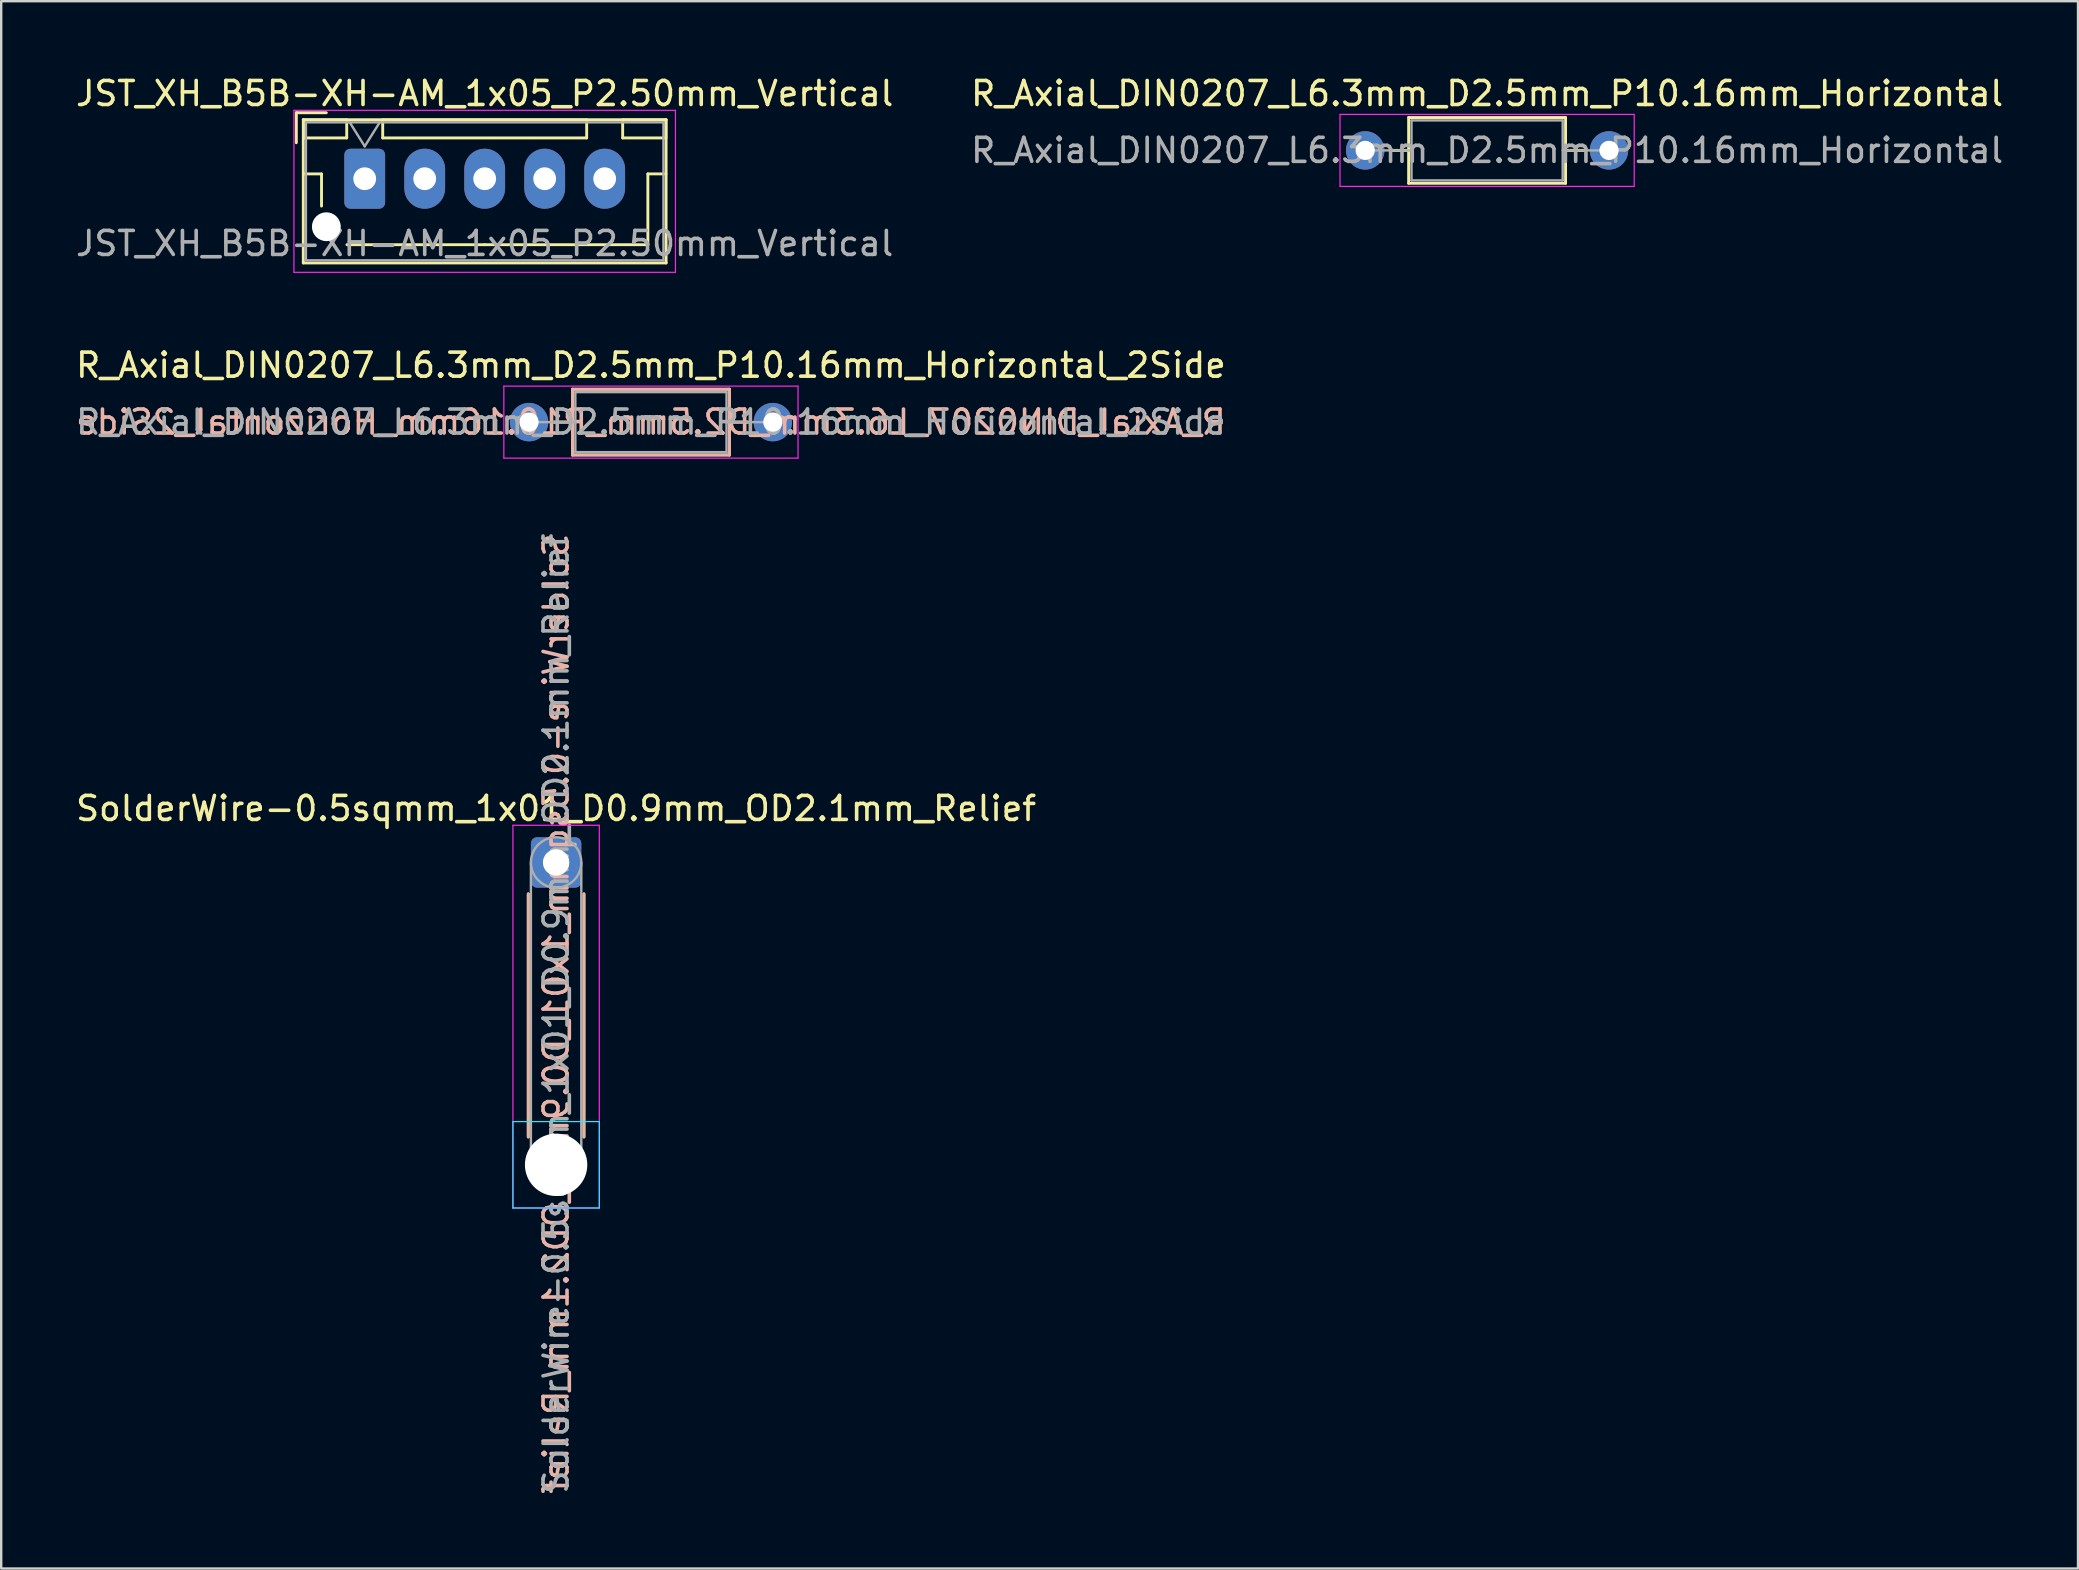
<source format=kicad_pcb>
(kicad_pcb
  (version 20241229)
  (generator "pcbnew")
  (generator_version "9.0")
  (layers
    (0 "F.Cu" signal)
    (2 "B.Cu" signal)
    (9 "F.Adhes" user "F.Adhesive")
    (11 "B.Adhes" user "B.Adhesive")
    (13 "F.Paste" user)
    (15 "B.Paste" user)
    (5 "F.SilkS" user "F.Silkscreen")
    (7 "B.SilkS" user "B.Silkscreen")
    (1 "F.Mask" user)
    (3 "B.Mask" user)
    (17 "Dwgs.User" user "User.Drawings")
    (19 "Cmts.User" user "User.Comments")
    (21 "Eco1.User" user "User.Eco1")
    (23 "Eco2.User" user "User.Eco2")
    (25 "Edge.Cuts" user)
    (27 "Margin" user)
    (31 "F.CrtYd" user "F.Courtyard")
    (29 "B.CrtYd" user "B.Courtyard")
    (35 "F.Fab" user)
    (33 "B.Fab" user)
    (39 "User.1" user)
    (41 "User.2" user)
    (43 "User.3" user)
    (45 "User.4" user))
  (footprint "SolderWire-0.5sqmm_1x01_D0.9mm_OD2.1mm_Relief"
    (layer "F.Cu")
    (at 20.125 32.892)
    (property "Reference" "SolderWire-0.5sqmm_1x01_D0.9mm_OD2.1mm_Relief" (at 0 -2.25 0) (layer "F.SilkS") (effects (font (size 1 1) (thickness 0.15))))
    (property "Value" "SolderWire-0.5sqmm_1x01_D0.9mm_OD2.1mm_Relief" (at 0 6.3 90) (layer "F.SilkS") (hide yes) (effects (font (size 1 1) (thickness 0.15))))
    (attr exclude_from_pos_files exclude_from_bom)
    (fp_line (start -1.16 1.31) (end -1.16 11.44) (stroke (width 0.12) (type solid)) (layer "F.SilkS"))
    (fp_line (start 1.16 1.31) (end 1.16 11.44) (stroke (width 0.12) (type solid)) (layer "F.SilkS"))
    (fp_line (start -1.16 1.31) (end -1.16 11.44) (stroke (width 0.12) (type solid)) (layer "B.SilkS"))
    (fp_line (start 1.16 1.31) (end 1.16 11.44) (stroke (width 0.12) (type solid)) (layer "B.SilkS"))
    (fp_line (start -1.8 10.8) (end -1.8 14.4) (stroke (width 0.05) (type solid)) (layer "B.CrtYd"))
    (fp_line (start -1.8 14.4) (end 1.8 14.4) (stroke (width 0.05) (type solid)) (layer "B.CrtYd"))
    (fp_line (start 1.8 10.8) (end -1.8 10.8) (stroke (width 0.05) (type solid)) (layer "B.CrtYd"))
    (fp_line (start 1.8 14.4) (end 1.8 10.8) (stroke (width 0.05) (type solid)) (layer "B.CrtYd"))
    (fp_line (start -1.8 -1.55) (end -1.8 14.4) (stroke (width 0.05) (type solid)) (layer "F.CrtYd"))
    (fp_line (start -1.8 14.4) (end 1.8 14.4) (stroke (width 0.05) (type solid)) (layer "F.CrtYd"))
    (fp_line (start 1.8 -1.55) (end -1.8 -1.55) (stroke (width 0.05) (type solid)) (layer "F.CrtYd"))
    (fp_line (start 1.8 14.4) (end 1.8 -1.55) (stroke (width 0.05) (type solid)) (layer "F.CrtYd"))
    (fp_line (start -1.05 0) (end -1.05 12.6) (stroke (width 0.1) (type solid)) (layer "F.Fab"))
    (fp_line (start 1.05 0) (end 1.05 12.6) (stroke (width 0.1) (type solid)) (layer "F.Fab"))
    (fp_circle (center 0 0) (end 1.05 0) (stroke (width 0.1) (type solid)) (fill no) (layer "F.Fab"))
    (fp_circle (center 0 12.6) (end 1.05 12.6) (stroke (width 0.1) (type solid)) (fill no) (layer "F.Fab"))
    (fp_text user "${VALUE}" (at 0 6.3 90) (layer "B.SilkS") (effects (font (size 1 1) (thickness 0.15)) (justify mirror)))
    (fp_text user "${REFERENCE}" (at 0 6.3 90) (layer "F.Fab") (effects (font (size 1 1) (thickness 0.15))))
    (pad "" np_thru_hole circle (at 0 12.6) (size 2.6 2.6) (drill 2.6) (layers "*.Cu" "*.Mask"))
    (pad "1" thru_hole roundrect (at 0 0) (size 2.1 2.1) (drill 1.1) (layers "*.Cu" "*.Mask") (roundrect_rratio 0.119)))
  (footprint "R_Axial_DIN0207_L6.3mm_D2.5mm_P10.16mm_Horizontal"
    (layer "F.Cu")
    (at 53.843 3.218)
    (property "Reference" "R_Axial_DIN0207_L6.3mm_D2.5mm_P10.16mm_Horizontal" (at 5.08 -2.37 0) (layer "F.SilkS") (effects (font (size 1 1) (thickness 0.15))))
    (attr through_hole)
    (fp_line (start 1.04 0) (end 1.81 0) (stroke (width 0.12) (type solid)) (layer "F.SilkS"))
    (fp_line (start 1.81 -1.37) (end 1.81 1.37) (stroke (width 0.12) (type solid)) (layer "F.SilkS"))
    (fp_line (start 1.81 1.37) (end 8.35 1.37) (stroke (width 0.12) (type solid)) (layer "F.SilkS"))
    (fp_line (start 8.35 -1.37) (end 1.81 -1.37) (stroke (width 0.12) (type solid)) (layer "F.SilkS"))
    (fp_line (start 8.35 1.37) (end 8.35 -1.37) (stroke (width 0.12) (type solid)) (layer "F.SilkS"))
    (fp_line (start 9.12 0) (end 8.35 0) (stroke (width 0.12) (type solid)) (layer "F.SilkS"))
    (fp_line (start -1.05 -1.5) (end -1.05 1.5) (stroke (width 0.05) (type solid)) (layer "F.CrtYd"))
    (fp_line (start -1.05 1.5) (end 11.21 1.5) (stroke (width 0.05) (type solid)) (layer "F.CrtYd"))
    (fp_line (start 11.21 -1.5) (end -1.05 -1.5) (stroke (width 0.05) (type solid)) (layer "F.CrtYd"))
    (fp_line (start 11.21 1.5) (end 11.21 -1.5) (stroke (width 0.05) (type solid)) (layer "F.CrtYd"))
    (fp_line (start 0 0) (end 1.93 0) (stroke (width 0.1) (type solid)) (layer "F.Fab"))
    (fp_line (start 1.93 -1.25) (end 1.93 1.25) (stroke (width 0.1) (type solid)) (layer "F.Fab"))
    (fp_line (start 1.93 1.25) (end 8.23 1.25) (stroke (width 0.1) (type solid)) (layer "F.Fab"))
    (fp_line (start 8.23 -1.25) (end 1.93 -1.25) (stroke (width 0.1) (type solid)) (layer "F.Fab"))
    (fp_line (start 8.23 1.25) (end 8.23 -1.25) (stroke (width 0.1) (type solid)) (layer "F.Fab"))
    (fp_line (start 10.16 0) (end 8.23 0) (stroke (width 0.1) (type solid)) (layer "F.Fab"))
    (fp_text user "${REFERENCE}" (at 5.08 0 0) (layer "F.Fab") (effects (font (size 1 1) (thickness 0.15))))
    (pad "1" thru_hole circle (at 0 0) (size 1.6 1.6) (drill 0.8) (layers "*.Cu" "*.Mask"))
    (pad "2" thru_hole oval (at 10.16 0) (size 1.6 1.6) (drill 0.8) (layers "*.Cu" "*.Mask")))
  (footprint "JST_XH_B5B-XH-AM_1x05_P2.50mm_Vertical"
    (layer "F.Cu")
    (at 12.149 4.398)
    (property "Reference" "JST_XH_B5B-XH-AM_1x05_P2.50mm_Vertical" (at 5 -3.55 0) (layer "F.SilkS") (effects (font (size 1 1) (thickness 0.15))))
    (attr through_hole)
    (fp_line (start -2.85 -2.75) (end -2.85 -1.5) (stroke (width 0.12) (type solid)) (layer "F.SilkS"))
    (fp_line (start -2.56 -2.46) (end -2.56 3.51) (stroke (width 0.12) (type solid)) (layer "F.SilkS"))
    (fp_line (start -2.56 3.51) (end 12.56 3.51) (stroke (width 0.12) (type solid)) (layer "F.SilkS"))
    (fp_line (start -2.55 -2.45) (end -2.55 -1.7) (stroke (width 0.12) (type solid)) (layer "F.SilkS"))
    (fp_line (start -2.55 -1.7) (end -0.75 -1.7) (stroke (width 0.12) (type solid)) (layer "F.SilkS"))
    (fp_line (start -2.55 -0.2) (end -1.8 -0.2) (stroke (width 0.12) (type solid)) (layer "F.SilkS"))
    (fp_line (start -1.8 -0.2) (end -1.8 1.14) (stroke (width 0.12) (type solid)) (layer "F.SilkS"))
    (fp_line (start -1.6 -2.75) (end -2.85 -2.75) (stroke (width 0.12) (type solid)) (layer "F.SilkS"))
    (fp_line (start -0.75 -2.45) (end -2.55 -2.45) (stroke (width 0.12) (type solid)) (layer "F.SilkS"))
    (fp_line (start -0.75 -1.7) (end -0.75 -2.45) (stroke (width 0.12) (type solid)) (layer "F.SilkS"))
    (fp_line (start 0.75 -2.45) (end 0.75 -1.7) (stroke (width 0.12) (type solid)) (layer "F.SilkS"))
    (fp_line (start 0.75 -1.7) (end 9.25 -1.7) (stroke (width 0.12) (type solid)) (layer "F.SilkS"))
    (fp_line (start 5 2.75) (end -0.74 2.75) (stroke (width 0.12) (type solid)) (layer "F.SilkS"))
    (fp_line (start 9.25 -2.45) (end 0.75 -2.45) (stroke (width 0.12) (type solid)) (layer "F.SilkS"))
    (fp_line (start 9.25 -1.7) (end 9.25 -2.45) (stroke (width 0.12) (type solid)) (layer "F.SilkS"))
    (fp_line (start 10.75 -2.45) (end 10.75 -1.7) (stroke (width 0.12) (type solid)) (layer "F.SilkS"))
    (fp_line (start 10.75 -1.7) (end 12.55 -1.7) (stroke (width 0.12) (type solid)) (layer "F.SilkS"))
    (fp_line (start 11.8 -0.2) (end 11.8 2.75) (stroke (width 0.12) (type solid)) (layer "F.SilkS"))
    (fp_line (start 11.8 2.75) (end 5 2.75) (stroke (width 0.12) (type solid)) (layer "F.SilkS"))
    (fp_line (start 12.55 -2.45) (end 10.75 -2.45) (stroke (width 0.12) (type solid)) (layer "F.SilkS"))
    (fp_line (start 12.55 -1.7) (end 12.55 -2.45) (stroke (width 0.12) (type solid)) (layer "F.SilkS"))
    (fp_line (start 12.55 -0.2) (end 11.8 -0.2) (stroke (width 0.12) (type solid)) (layer "F.SilkS"))
    (fp_line (start 12.56 -2.46) (end -2.56 -2.46) (stroke (width 0.12) (type solid)) (layer "F.SilkS"))
    (fp_line (start 12.56 3.51) (end 12.56 -2.46) (stroke (width 0.12) (type solid)) (layer "F.SilkS"))
    (fp_line (start -2.95 -2.85) (end -2.95 3.9) (stroke (width 0.05) (type solid)) (layer "F.CrtYd"))
    (fp_line (start -2.95 3.9) (end 12.95 3.9) (stroke (width 0.05) (type solid)) (layer "F.CrtYd"))
    (fp_line (start 12.95 -2.85) (end -2.95 -2.85) (stroke (width 0.05) (type solid)) (layer "F.CrtYd"))
    (fp_line (start 12.95 3.9) (end 12.95 -2.85) (stroke (width 0.05) (type solid)) (layer "F.CrtYd"))
    (fp_line (start -2.45 -2.35) (end -2.45 3.4) (stroke (width 0.1) (type solid)) (layer "F.Fab"))
    (fp_line (start -2.45 3.4) (end 12.45 3.4) (stroke (width 0.1) (type solid)) (layer "F.Fab"))
    (fp_line (start -0.625 -2.35) (end 0 -1.35) (stroke (width 0.1) (type solid)) (layer "F.Fab"))
    (fp_line (start 0 -1.35) (end 0.625 -2.35) (stroke (width 0.1) (type solid)) (layer "F.Fab"))
    (fp_line (start 12.45 -2.35) (end -2.45 -2.35) (stroke (width 0.1) (type solid)) (layer "F.Fab"))
    (fp_line (start 12.45 3.4) (end 12.45 -2.35) (stroke (width 0.1) (type solid)) (layer "F.Fab"))
    (fp_text user "${REFERENCE}" (at 5 2.7 0) (layer "F.Fab") (effects (font (size 1 1) (thickness 0.15))))
    (pad "" np_thru_hole circle (at -1.6 2) (size 1.2 1.2) (drill 1.2) (layers "*.Cu" "*.Mask"))
    (pad "1" thru_hole roundrect (at 0 0) (size 1.7 2.5) (drill 0.95) (layers "*.Cu" "*.Mask") (roundrect_rratio 0.147))
    (pad "2" thru_hole oval (at 2.5 0) (size 1.7 2.5) (drill 0.95) (layers "*.Cu" "*.Mask"))
    (pad "3" thru_hole oval (at 5 0) (size 1.7 2.5) (drill 0.95) (layers "*.Cu" "*.Mask"))
    (pad "4" thru_hole oval (at 7.5 0) (size 1.7 2.5) (drill 0.95) (layers "*.Cu" "*.Mask"))
    (pad "5" thru_hole oval (at 10 0) (size 1.7 2.5) (drill 0.95) (layers "*.Cu" "*.Mask")))
  (footprint "R_Axial_DIN0207_L6.3mm_D2.5mm_P10.16mm_Horizontal_2Side"
    (layer "F.Cu")
    (at 18.997 14.541)
    (property "Reference" "R_Axial_DIN0207_L6.3mm_D2.5mm_P10.16mm_Horizontal_2Side" (at 5.08 -2.37 0) (layer "F.SilkS") (effects (font (size 1 1) (thickness 0.15))))
    (attr through_hole)
    (fp_line (start 1.04 0) (end 1.81 0) (stroke (width 0.12) (type solid)) (layer "F.SilkS"))
    (fp_line (start 1.81 -1.37) (end 1.81 1.37) (stroke (width 0.12) (type solid)) (layer "F.SilkS"))
    (fp_line (start 1.81 1.37) (end 8.35 1.37) (stroke (width 0.12) (type solid)) (layer "F.SilkS"))
    (fp_line (start 8.35 -1.37) (end 1.81 -1.37) (stroke (width 0.12) (type solid)) (layer "F.SilkS"))
    (fp_line (start 8.35 1.37) (end 8.35 -1.37) (stroke (width 0.12) (type solid)) (layer "F.SilkS"))
    (fp_line (start 9.12 0) (end 8.35 0) (stroke (width 0.12) (type solid)) (layer "F.SilkS"))
    (fp_line (start 1.04 0) (end 1.81 0) (stroke (width 0.12) (type solid)) (layer "B.SilkS"))
    (fp_line (start 1.81 -1.37) (end 1.81 1.37) (stroke (width 0.12) (type solid)) (layer "B.SilkS"))
    (fp_line (start 1.81 1.37) (end 8.35 1.37) (stroke (width 0.12) (type solid)) (layer "B.SilkS"))
    (fp_line (start 8.35 -1.37) (end 1.81 -1.37) (stroke (width 0.12) (type solid)) (layer "B.SilkS"))
    (fp_line (start 8.35 1.37) (end 8.35 -1.37) (stroke (width 0.12) (type solid)) (layer "B.SilkS"))
    (fp_line (start 9.12 0) (end 8.35 0) (stroke (width 0.12) (type solid)) (layer "B.SilkS"))
    (fp_line (start -1.05 -1.5) (end -1.05 1.5) (stroke (width 0.05) (type solid)) (layer "F.CrtYd"))
    (fp_line (start -1.05 1.5) (end 11.21 1.5) (stroke (width 0.05) (type solid)) (layer "F.CrtYd"))
    (fp_line (start 11.21 -1.5) (end -1.05 -1.5) (stroke (width 0.05) (type solid)) (layer "F.CrtYd"))
    (fp_line (start 11.21 1.5) (end 11.21 -1.5) (stroke (width 0.05) (type solid)) (layer "F.CrtYd"))
    (fp_line (start 0 0) (end 1.93 0) (stroke (width 0.1) (type solid)) (layer "F.Fab"))
    (fp_line (start 1.93 -1.25) (end 1.93 1.25) (stroke (width 0.1) (type solid)) (layer "F.Fab"))
    (fp_line (start 1.93 1.25) (end 8.23 1.25) (stroke (width 0.1) (type solid)) (layer "F.Fab"))
    (fp_line (start 8.23 -1.25) (end 1.93 -1.25) (stroke (width 0.1) (type solid)) (layer "F.Fab"))
    (fp_line (start 8.23 1.25) (end 8.23 -1.25) (stroke (width 0.1) (type solid)) (layer "F.Fab"))
    (fp_line (start 10.16 0) (end 8.23 0) (stroke (width 0.1) (type solid)) (layer "F.Fab"))
    (fp_text user "${REFERENCE}" (at 5.08 0 180) (layer "B.SilkS") (effects (font (size 1 1) (thickness 0.15)) (justify mirror)))
    (fp_text user "${REFERENCE}" (at 5.08 0 0) (layer "F.Fab") (effects (font (size 1 1) (thickness 0.15))))
    (pad "1" thru_hole circle (at 0 0) (size 1.6 1.6) (drill 0.8) (layers "*.Cu" "*.Mask"))
    (pad "2" thru_hole oval (at 10.16 0) (size 1.6 1.6) (drill 0.8) (layers "*.Cu" "*.Mask")))
  (gr_rect
    (start -3 -3)
    (end 83.548 62.316)
    (stroke (width 0.1) (type default))
    (fill no)
    (layer "Edge.Cuts")))
</source>
